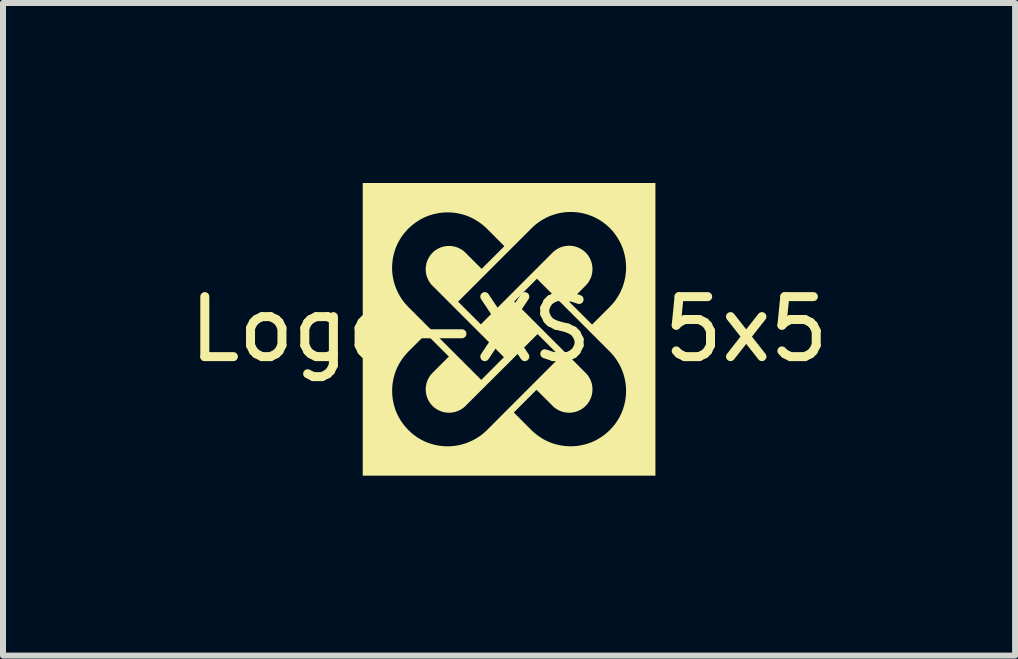
<source format=kicad_pcb>
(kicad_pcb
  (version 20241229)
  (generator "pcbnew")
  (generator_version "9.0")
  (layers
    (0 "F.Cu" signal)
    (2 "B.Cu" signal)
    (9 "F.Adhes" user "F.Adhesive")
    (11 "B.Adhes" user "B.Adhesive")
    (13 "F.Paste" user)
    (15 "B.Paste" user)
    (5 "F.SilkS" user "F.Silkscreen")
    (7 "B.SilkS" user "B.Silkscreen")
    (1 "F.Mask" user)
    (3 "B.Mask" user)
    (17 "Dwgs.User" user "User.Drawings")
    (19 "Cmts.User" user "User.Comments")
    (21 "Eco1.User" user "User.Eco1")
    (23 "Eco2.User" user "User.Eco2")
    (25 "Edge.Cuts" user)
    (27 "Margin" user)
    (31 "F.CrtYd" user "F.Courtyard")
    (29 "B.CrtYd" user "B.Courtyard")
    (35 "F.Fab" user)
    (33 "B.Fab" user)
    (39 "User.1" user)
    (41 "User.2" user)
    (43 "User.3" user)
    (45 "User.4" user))
  (footprint "Logo-XS-5x5"
    (layer "F.Cu")
    (at 5.435 2.439)
    (property "Reference" "Logo-XS-5x5" (at 0 0 0) (layer "F.SilkS") (effects (font (size 1 1) (thickness 0.15))))
    (attr through_hole)
    (fp_poly (pts (xy 2.439 2.439) (xy -2.439 2.439) (xy -2.439 1.025) (xy -1.949 1.025) (xy -1.948 1.069) (xy -1.945 1.114) (xy -1.94 1.158) (xy -1.932 1.201) (xy -1.923 1.245) (xy -1.911 1.288) (xy -1.898 1.331) (xy -1.882 1.373) (xy -1.864 1.414) (xy -1.844 1.455) (xy -1.821 1.495) (xy -1.797 1.533) (xy -1.771 1.571) (xy -1.742 1.608) (xy -1.711 1.644) (xy -1.679 1.679) (xy -1.644 1.711) (xy -1.609 1.742) (xy -1.572 1.771) (xy -1.535 1.797) (xy -1.496 1.821) (xy -1.456 1.844) (xy -1.416 1.864) (xy -1.375 1.882) (xy -1.333 1.898) (xy -1.29 1.911) (xy -1.247 1.923) (xy -1.204 1.933) (xy -1.16 1.94) (xy -1.116 1.945) (xy -1.072 1.949) (xy -1.028 1.95) (xy -0.983 1.949) (xy -0.939 1.946) (xy -0.895 1.941) (xy -0.851 1.933) (xy -0.807 1.924) (xy -0.764 1.912) (xy -0.721 1.899) (xy -0.679 1.883) (xy -0.638 1.865) (xy -0.597 1.845) (xy -0.557 1.823) (xy -0.518 1.799) (xy -0.479 1.773) (xy -0.442 1.745) (xy -0.406 1.714) (xy -0.371 1.682) (xy -0.076 1.386) (xy 0.079 1.386) (xy 0.371 1.679) (xy 0.406 1.711) (xy 0.442 1.742) (xy 0.479 1.771) (xy 0.517 1.797) (xy 0.555 1.821) (xy 0.595 1.844) (xy 0.636 1.864) (xy 0.677 1.882) (xy 0.719 1.898) (xy 0.762 1.911) (xy 0.805 1.923) (xy 0.849 1.932) (xy 0.892 1.94) (xy 0.936 1.945) (xy 0.981 1.948) (xy 1.025 1.949) (xy 1.069 1.948) (xy 1.114 1.945) (xy 1.158 1.94) (xy 1.201 1.932) (xy 1.245 1.923) (xy 1.288 1.911) (xy 1.331 1.898) (xy 1.373 1.882) (xy 1.414 1.864) (xy 1.455 1.844) (xy 1.495 1.821) (xy 1.533 1.797) (xy 1.571 1.771) (xy 1.608 1.742) (xy 1.644 1.711) (xy 1.679 1.679) (xy 1.711 1.644) (xy 1.742 1.609) (xy 1.771 1.572) (xy 1.797 1.535) (xy 1.821 1.496) (xy 1.844 1.456) (xy 1.864 1.416) (xy 1.882 1.375) (xy 1.898 1.333) (xy 1.911 1.29) (xy 1.923 1.247) (xy 1.933 1.204) (xy 1.94 1.16) (xy 1.945 1.116) (xy 1.949 1.072) (xy 1.95 1.028) (xy 1.949 0.984) (xy 1.946 0.94) (xy 1.941 0.896) (xy 1.933 0.852) (xy 1.924 0.808) (xy 1.912 0.765) (xy 1.899 0.723) (xy 1.883 0.681) (xy 1.865 0.639) (xy 1.845 0.599) (xy 1.823 0.559) (xy 1.799 0.52) (xy 1.773 0.482) (xy 1.745 0.445) (xy 1.714 0.409) (xy 1.682 0.375) (xy 0.464 -0.843) (xy 0.086 -0.464) (xy 1.276 0.726) (xy 1.29 0.74) (xy 1.303 0.755) (xy 1.315 0.771) (xy 1.326 0.787) (xy 1.336 0.803) (xy 1.345 0.82) (xy 1.354 0.837) (xy 1.361 0.854) (xy 1.368 0.872) (xy 1.374 0.89) (xy 1.379 0.908) (xy 1.382 0.926) (xy 1.386 0.945) (xy 1.388 0.964) (xy 1.389 0.982) (xy 1.39 1.001) (xy 1.389 1.02) (xy 1.388 1.038) (xy 1.386 1.057) (xy 1.382 1.075) (xy 1.379 1.094) (xy 1.374 1.112) (xy 1.368 1.13) (xy 1.361 1.148) (xy 1.354 1.165) (xy 1.345 1.182) (xy 1.336 1.199) (xy 1.326 1.215) (xy 1.315 1.231) (xy 1.303 1.247) (xy 1.29 1.262) (xy 1.276 1.276) (xy 1.262 1.29) (xy 1.247 1.303) (xy 1.231 1.315) (xy 1.215 1.326) (xy 1.199 1.336) (xy 1.182 1.345) (xy 1.165 1.354) (xy 1.148 1.361) (xy 1.13 1.368) (xy 1.112 1.374) (xy 1.094 1.379) (xy 1.075 1.382) (xy 1.057 1.386) (xy 1.038 1.388) (xy 1.02 1.389) (xy 1.001 1.39) (xy 0.982 1.389) (xy 0.964 1.388) (xy 0.945 1.386) (xy 0.926 1.382) (xy 0.908 1.379) (xy 0.89 1.374) (xy 0.872 1.368) (xy 0.854 1.361) (xy 0.837 1.354) (xy 0.82 1.345) (xy 0.803 1.336) (xy 0.787 1.326) (xy 0.771 1.315) (xy 0.755 1.303) (xy 0.74 1.29) (xy 0.726 1.276) (xy 0.457 1.008) (xy 0.079 1.386) (xy -0.076 1.386) (xy 0.853 0.457) (xy 0.475 0.079) (xy -0.726 1.276) (xy -0.74 1.29) (xy -0.755 1.303) (xy -0.771 1.315) (xy -0.787 1.326) (xy -0.803 1.336) (xy -0.82 1.345) (xy -0.837 1.354) (xy -0.854 1.361) (xy -0.872 1.368) (xy -0.89 1.374) (xy -0.908 1.379) (xy -0.926 1.382) (xy -0.945 1.386) (xy -0.964 1.388) (xy -0.982 1.389) (xy -1.001 1.39) (xy -1.02 1.389) (xy -1.038 1.388) (xy -1.057 1.386) (xy -1.075 1.382) (xy -1.094 1.379) (xy -1.112 1.374) (xy -1.13 1.368) (xy -1.148 1.361) (xy -1.165 1.354) (xy -1.182 1.345) (xy -1.199 1.336) (xy -1.215 1.326) (xy -1.231 1.315) (xy -1.247 1.303) (xy -1.262 1.29) (xy -1.276 1.276) (xy -1.29 1.262) (xy -1.303 1.247) (xy -1.315 1.231) (xy -1.326 1.215) (xy -1.336 1.199) (xy -1.345 1.182) (xy -1.354 1.165) (xy -1.361 1.148) (xy -1.368 1.13) (xy -1.374 1.112) (xy -1.379 1.094) (xy -1.382 1.075) (xy -1.386 1.057) (xy -1.388 1.038) (xy -1.389 1.02) (xy -1.39 1.001) (xy -1.389 0.982) (xy -1.388 0.964) (xy -1.386 0.945) (xy -1.382 0.926) (xy -1.379 0.908) (xy -1.374 0.89) (xy -1.368 0.872) (xy -1.361 0.854) (xy -1.354 0.837) (xy -1.345 0.82) (xy -1.336 0.803) (xy -1.326 0.787) (xy -1.315 0.771) (xy -1.303 0.755) (xy -1.29 0.74) (xy -1.276 0.726) (xy -1.004 0.454) (xy -1.383 0.076) (xy -1.679 0.371) (xy -1.711 0.406) (xy -1.742 0.442) (xy -1.771 0.479) (xy -1.797 0.517) (xy -1.821 0.555) (xy -1.844 0.595) (xy -1.864 0.636) (xy -1.882 0.677) (xy -1.898 0.719) (xy -1.911 0.762) (xy -1.923 0.805) (xy -1.932 0.849) (xy -1.94 0.892) (xy -1.945 0.936) (xy -1.948 0.981) (xy -1.949 1.025) (xy -2.439 1.025) (xy -2.439 -1.028) (xy -1.95 -1.028) (xy -1.949 -0.984) (xy -1.946 -0.94) (xy -1.941 -0.896) (xy -1.933 -0.852) (xy -1.924 -0.808) (xy -1.912 -0.765) (xy -1.899 -0.723) (xy -1.883 -0.681) (xy -1.865 -0.639) (xy -1.845 -0.599) (xy -1.823 -0.559) (xy -1.799 -0.52) (xy -1.773 -0.482) (xy -1.745 -0.445) (xy -1.714 -0.409) (xy -1.682 -0.375) (xy -0.464 0.843) (xy -0.086 0.464) (xy -1.011 -0.461) (xy -0.85 -0.461) (xy -0.471 -0.083) (xy 0.726 -1.28) (xy 0.74 -1.293) (xy 0.755 -1.306) (xy 0.771 -1.318) (xy 0.787 -1.329) (xy 0.803 -1.339) (xy 0.82 -1.349) (xy 0.837 -1.357) (xy 0.854 -1.365) (xy 0.872 -1.371) (xy 0.89 -1.377) (xy 0.908 -1.382) (xy 0.926 -1.386) (xy 0.945 -1.389) (xy 0.964 -1.391) (xy 0.982 -1.393) (xy 1.001 -1.393) (xy 1.02 -1.393) (xy 1.038 -1.391) (xy 1.057 -1.389) (xy 1.075 -1.386) (xy 1.094 -1.382) (xy 1.112 -1.377) (xy 1.13 -1.371) (xy 1.148 -1.365) (xy 1.165 -1.357) (xy 1.182 -1.349) (xy 1.199 -1.339) (xy 1.215 -1.329) (xy 1.231 -1.318) (xy 1.247 -1.306) (xy 1.262 -1.293) (xy 1.276 -1.28) (xy 1.29 -1.265) (xy 1.303 -1.25) (xy 1.315 -1.235) (xy 1.326 -1.219) (xy 1.336 -1.202) (xy 1.345 -1.186) (xy 1.354 -1.168) (xy 1.361 -1.151) (xy 1.368 -1.133) (xy 1.374 -1.115) (xy 1.379 -1.097) (xy 1.382 -1.079) (xy 1.386 -1.06) (xy 1.388 -1.042) (xy 1.389 -1.023) (xy 1.39 -1.004) (xy 1.389 -0.986) (xy 1.388 -0.967) (xy 1.386 -0.948) (xy 1.382 -0.93) (xy 1.379 -0.912) (xy 1.374 -0.893) (xy 1.368 -0.875) (xy 1.361 -0.858) (xy 1.354 -0.84) (xy 1.345 -0.823) (xy 1.336 -0.806) (xy 1.326 -0.79) (xy 1.315 -0.774) (xy 1.303 -0.759) (xy 1.29 -0.744) (xy 1.276 -0.729) (xy 1.004 -0.457) (xy 1.383 -0.079) (xy 1.679 -0.375) (xy 1.711 -0.409) (xy 1.742 -0.445) (xy 1.771 -0.482) (xy 1.797 -0.52) (xy 1.821 -0.559) (xy 1.844 -0.599) (xy 1.864 -0.639) (xy 1.882 -0.681) (xy 1.898 -0.723) (xy 1.911 -0.765) (xy 1.923 -0.809) (xy 1.933 -0.852) (xy 1.94 -0.896) (xy 1.945 -0.94) (xy 1.949 -0.984) (xy 1.95 -1.029) (xy 1.949 -1.073) (xy 1.946 -1.118) (xy 1.941 -1.162) (xy 1.933 -1.206) (xy 1.924 -1.249) (xy 1.912 -1.293) (xy 1.899 -1.335) (xy 1.883 -1.378) (xy 1.865 -1.419) (xy 1.845 -1.46) (xy 1.823 -1.5) (xy 1.799 -1.539) (xy 1.773 -1.577) (xy 1.745 -1.615) (xy 1.714 -1.651) (xy 1.682 -1.685) (xy 1.647 -1.718) (xy 1.612 -1.749) (xy 1.575 -1.777) (xy 1.537 -1.804) (xy 1.498 -1.828) (xy 1.458 -1.85) (xy 1.418 -1.871) (xy 1.376 -1.889) (xy 1.334 -1.904) (xy 1.292 -1.918) (xy 1.248 -1.93) (xy 1.205 -1.939) (xy 1.161 -1.947) (xy 1.117 -1.952) (xy 1.073 -1.955) (xy 1.028 -1.956) (xy 0.984 -1.955) (xy 0.94 -1.952) (xy 0.896 -1.947) (xy 0.852 -1.939) (xy 0.808 -1.93) (xy 0.765 -1.918) (xy 0.723 -1.904) (xy 0.681 -1.889) (xy 0.639 -1.871) (xy 0.599 -1.85) (xy 0.559 -1.828) (xy 0.52 -1.804) (xy 0.482 -1.777) (xy 0.445 -1.749) (xy 0.409 -1.718) (xy 0.375 -1.685) (xy -0.85 -0.461) (xy -1.011 -0.461) (xy -1.276 -0.726) (xy -1.29 -0.74) (xy -1.303 -0.755) (xy -1.315 -0.771) (xy -1.326 -0.787) (xy -1.336 -0.803) (xy -1.345 -0.82) (xy -1.354 -0.837) (xy -1.361 -0.854) (xy -1.368 -0.872) (xy -1.374 -0.89) (xy -1.379 -0.908) (xy -1.382 -0.926) (xy -1.386 -0.945) (xy -1.388 -0.964) (xy -1.389 -0.982) (xy -1.39 -1.001) (xy -1.389 -1.02) (xy -1.388 -1.038) (xy -1.386 -1.057) (xy -1.382 -1.075) (xy -1.379 -1.094) (xy -1.374 -1.112) (xy -1.368 -1.13) (xy -1.361 -1.148) (xy -1.354 -1.165) (xy -1.345 -1.182) (xy -1.336 -1.199) (xy -1.326 -1.215) (xy -1.315 -1.231) (xy -1.303 -1.247) (xy -1.29 -1.262) (xy -1.276 -1.276) (xy -1.262 -1.29) (xy -1.247 -1.303) (xy -1.231 -1.315) (xy -1.215 -1.326) (xy -1.199 -1.336) (xy -1.182 -1.345) (xy -1.165 -1.354) (xy -1.148 -1.361) (xy -1.13 -1.368) (xy -1.112 -1.374) (xy -1.094 -1.379) (xy -1.075 -1.382) (xy -1.057 -1.386) (xy -1.038 -1.388) (xy -1.02 -1.389) (xy -1.001 -1.39) (xy -0.982 -1.389) (xy -0.964 -1.388) (xy -0.945 -1.386) (xy -0.926 -1.382) (xy -0.908 -1.379) (xy -0.89 -1.374) (xy -0.872 -1.368) (xy -0.854 -1.361) (xy -0.837 -1.354) (xy -0.82 -1.345) (xy -0.803 -1.336) (xy -0.787 -1.326) (xy -0.771 -1.315) (xy -0.755 -1.303) (xy -0.74 -1.29) (xy -0.726 -1.276) (xy -0.457 -1.008) (xy -0.079 -1.386) (xy -0.371 -1.679) (xy -0.406 -1.711) (xy -0.442 -1.742) (xy -0.479 -1.771) (xy -0.517 -1.797) (xy -0.555 -1.821) (xy -0.595 -1.844) (xy -0.636 -1.864) (xy -0.677 -1.882) (xy -0.719 -1.898) (xy -0.762 -1.911) (xy -0.805 -1.923) (xy -0.849 -1.932) (xy -0.892 -1.94) (xy -0.936 -1.945) (xy -0.981 -1.948) (xy -1.025 -1.949) (xy -1.069 -1.948) (xy -1.114 -1.945) (xy -1.158 -1.94) (xy -1.201 -1.932) (xy -1.245 -1.923) (xy -1.288 -1.911) (xy -1.331 -1.898) (xy -1.373 -1.882) (xy -1.414 -1.864) (xy -1.455 -1.844) (xy -1.495 -1.821) (xy -1.533 -1.797) (xy -1.571 -1.771) (xy -1.608 -1.742) (xy -1.644 -1.711) (xy -1.679 -1.679) (xy -1.711 -1.644) (xy -1.742 -1.609) (xy -1.771 -1.572) (xy -1.797 -1.535) (xy -1.821 -1.496) (xy -1.844 -1.456) (xy -1.864 -1.416) (xy -1.882 -1.375) (xy -1.898 -1.333) (xy -1.911 -1.29) (xy -1.923 -1.247) (xy -1.933 -1.204) (xy -1.94 -1.16) (xy -1.945 -1.116) (xy -1.949 -1.072) (xy -1.95 -1.028) (xy -2.439 -1.028) (xy -2.439 -2.439) (xy 2.439 -2.439)) (stroke (width 0) (type solid)) (fill yes) (layer "F.SilkS")))
  (gr_rect
    (start -3 -3)
    (end 13.869 7.877)
    (stroke (width 0.1) (type default))
    (fill no)
    (layer "Edge.Cuts")))
</source>
